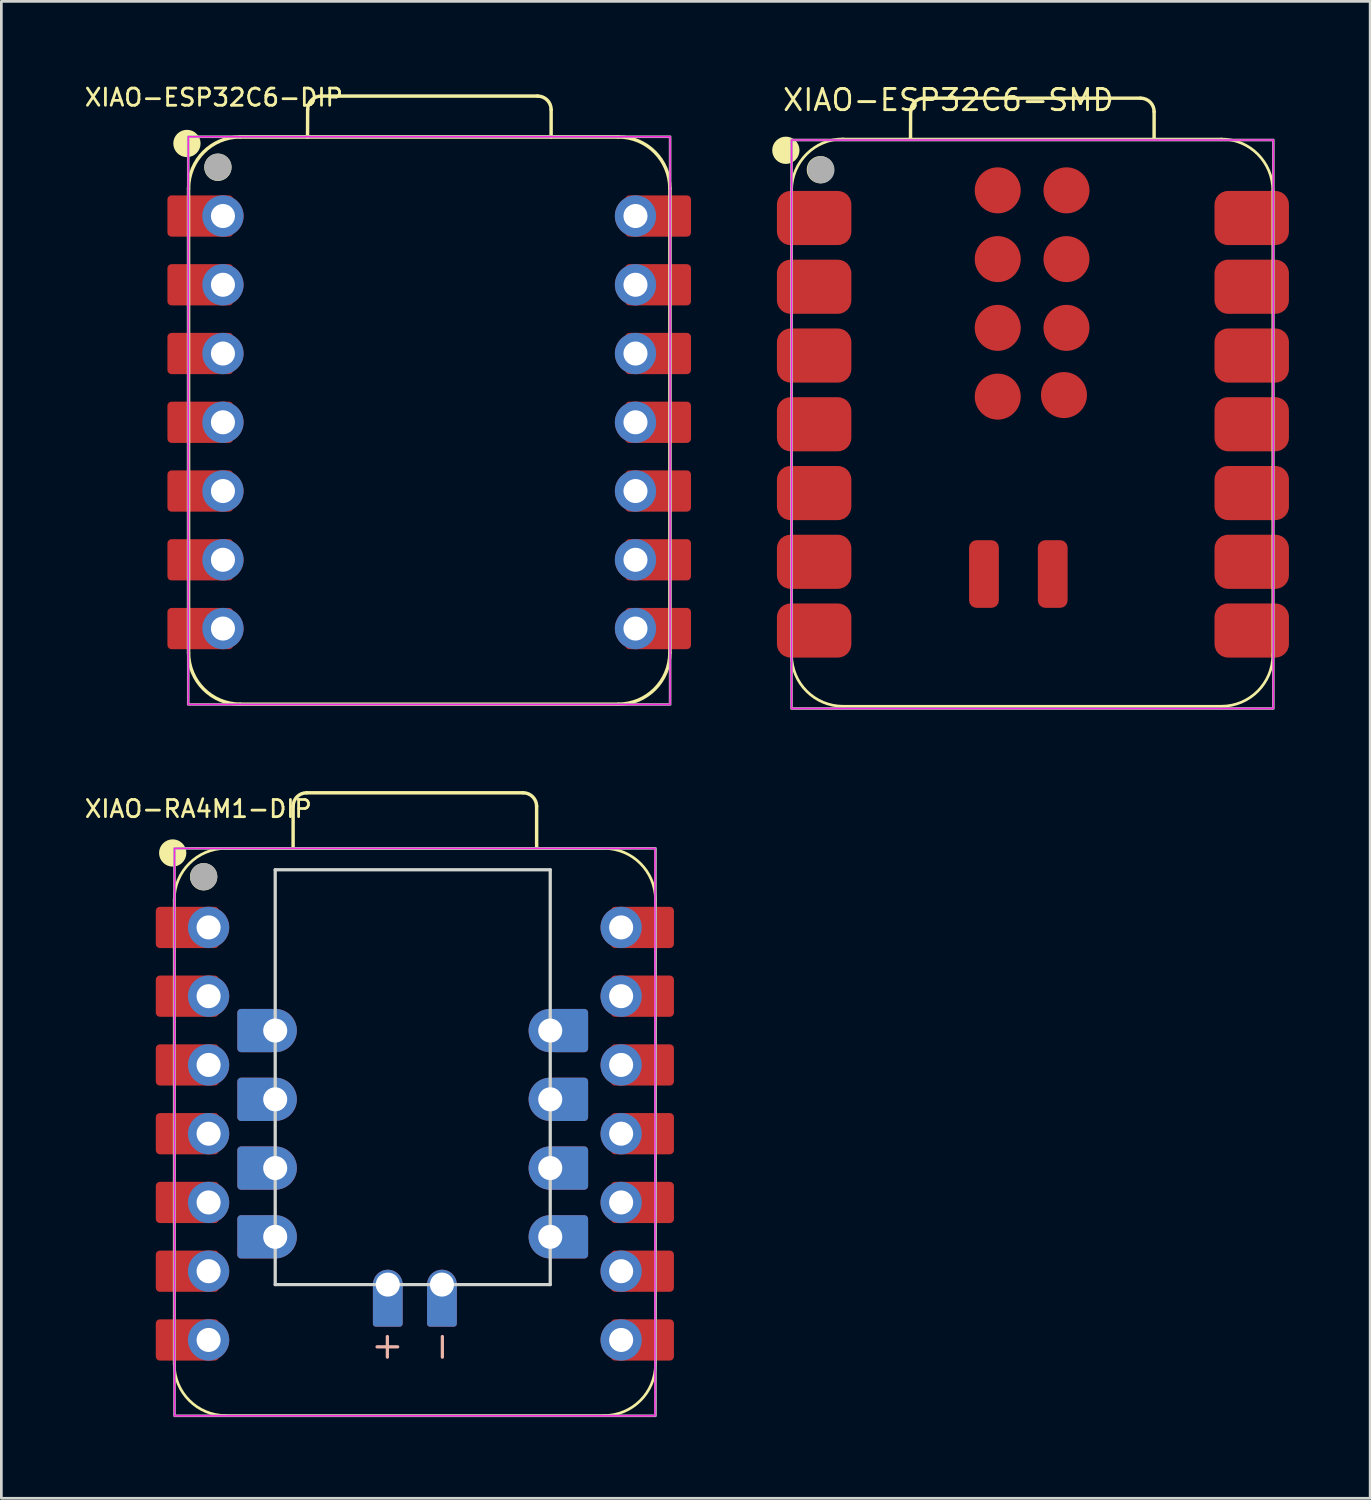
<source format=kicad_pcb>
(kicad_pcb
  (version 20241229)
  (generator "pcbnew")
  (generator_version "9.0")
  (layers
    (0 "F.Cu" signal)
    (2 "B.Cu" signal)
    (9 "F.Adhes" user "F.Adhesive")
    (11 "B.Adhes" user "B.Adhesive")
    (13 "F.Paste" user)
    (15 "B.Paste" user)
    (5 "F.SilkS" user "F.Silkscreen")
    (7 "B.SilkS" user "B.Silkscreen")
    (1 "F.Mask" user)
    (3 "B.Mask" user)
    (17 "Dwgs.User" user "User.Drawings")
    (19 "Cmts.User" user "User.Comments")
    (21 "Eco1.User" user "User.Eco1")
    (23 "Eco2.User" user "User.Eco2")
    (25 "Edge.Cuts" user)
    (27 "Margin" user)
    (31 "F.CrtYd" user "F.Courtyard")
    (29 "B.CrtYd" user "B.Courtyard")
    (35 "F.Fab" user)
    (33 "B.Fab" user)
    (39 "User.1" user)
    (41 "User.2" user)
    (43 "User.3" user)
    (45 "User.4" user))
  (footprint "XIAO-ESP32C6-DIP"
    (layer "F.Cu")
    (at 12.851 12.55)
    (property "Reference" "XIAO-ESP32C6-DIP" (at -8 -12 0) (unlocked yes) (layer "F.SilkS") (effects (font (size 0.635 0.635) (thickness 0.102))))
    (attr smd)
    (fp_line (start -8.935 8.509) (end -8.935 -8.636) (stroke (width 0.127) (type solid)) (layer "F.SilkS"))
    (fp_line (start -7.03 10.414) (end 6.94 10.414) (stroke (width 0.127) (type solid)) (layer "F.SilkS"))
    (fp_line (start -4.54 -10.541) (end -4.536 -11.551) (stroke (width 0.127) (type solid)) (layer "F.SilkS"))
    (fp_line (start -4.036 -12.051) (end 3.959 -12.051) (stroke (width 0.127) (type solid)) (layer "F.SilkS"))
    (fp_line (start 4.459 -11.551) (end 4.459 -10.541) (stroke (width 0.127) (type solid)) (layer "F.SilkS"))
    (fp_line (start 6.94 -10.541) (end -7.03 -10.541) (stroke (width 0.1) (type solid)) (layer "F.SilkS"))
    (fp_line (start 6.94 -10.541) (end -7.03 -10.541) (stroke (width 0.127) (type solid)) (layer "F.SilkS"))
    (fp_line (start 8.845 8.509) (end 8.845 -8.636) (stroke (width 0.127) (type solid)) (layer "F.SilkS"))
    (fp_arc (start -8.935 -8.636) (mid -8.377038 -9.983038) (end -7.03 -10.541) (stroke (width 0.127) (type solid)) (layer "F.SilkS"))
    (fp_arc (start -7.03 10.414) (mid -8.377038 9.856038) (end -8.935 8.509) (stroke (width 0.127) (type solid)) (layer "F.SilkS"))
    (fp_arc (start -4.536272 -11.551272) (mid -4.389728 -11.90464) (end -4.036272 -12.051) (stroke (width 0.127) (type default)) (layer "F.SilkS"))
    (fp_arc (start 3.959 -12.051) (mid 4.312553 -11.904553) (end 4.459 -11.551) (stroke (width 0.127) (type default)) (layer "F.SilkS"))
    (fp_arc (start 6.94 -10.541) (mid 8.287038 -9.983038) (end 8.845 -8.636) (stroke (width 0.127) (type solid)) (layer "F.SilkS"))
    (fp_arc (start 8.845 8.509) (mid 8.287038 9.856038) (end 6.94 10.414) (stroke (width 0.127) (type solid)) (layer "F.SilkS"))
    (fp_circle (center -8.995 -10.3) (end -8.995 -10.554) (stroke (width 0.5) (type solid)) (fill yes) (layer "F.SilkS"))
    (fp_circle (center -7.852 -9.42) (end -7.852 -9.674) (stroke (width 0.5) (type solid)) (fill yes) (layer "F.SilkS"))
    (fp_rect (start -8.945 -10.55) (end 8.855 10.425) (stroke (width 0.05) (type default)) (fill no) (layer "F.CrtYd"))
    (fp_rect (start -8.945 -10.55) (end 8.855 10.425) (stroke (width 0.1) (type default)) (fill no) (layer "F.Fab"))
    (fp_circle (center -7.849 -9.426) (end -7.849 -9.68) (stroke (width 0.5) (type solid)) (fill no) (layer "F.Fab"))
    (pad "1" smd roundrect (at -8.5 -7.62 180) (size 2.432 1.524) (layers "F.Cu" "F.Mask") (roundrect_rratio 0.1))
    (pad "1" thru_hole circle (at -7.665 -7.62 180) (size 1.524 1.524) (drill 0.889) (layers "*.Cu" "*.Mask"))
    (pad "2" smd roundrect (at -8.5 -5.08 180) (size 2.432 1.524) (layers "F.Cu" "F.Mask") (roundrect_rratio 0.1))
    (pad "2" thru_hole circle (at -7.665 -5.08 180) (size 1.524 1.524) (drill 0.889) (layers "*.Cu" "*.Mask"))
    (pad "3" smd roundrect (at -8.5 -2.54 180) (size 2.432 1.524) (layers "F.Cu" "F.Mask") (roundrect_rratio 0.1))
    (pad "3" thru_hole circle (at -7.665 -2.54 180) (size 1.524 1.524) (drill 0.889) (layers "*.Cu" "*.Mask"))
    (pad "4" smd roundrect (at -8.5 0 180) (size 2.432 1.524) (layers "F.Cu" "F.Mask") (roundrect_rratio 0.1))
    (pad "4" thru_hole circle (at -7.665 0 180) (size 1.524 1.524) (drill 0.889) (layers "*.Cu" "*.Mask"))
    (pad "5" smd roundrect (at -8.5 2.54 180) (size 2.432 1.524) (layers "F.Cu" "F.Mask") (roundrect_rratio 0.1))
    (pad "5" thru_hole circle (at -7.665 2.54 180) (size 1.524 1.524) (drill 0.889) (layers "*.Cu" "*.Mask"))
    (pad "6" smd roundrect (at -8.5 5.08 180) (size 2.432 1.524) (layers "F.Cu" "F.Mask") (roundrect_rratio 0.1))
    (pad "6" thru_hole circle (at -7.665 5.08 180) (size 1.524 1.524) (drill 0.889) (layers "*.Cu" "*.Mask"))
    (pad "7" smd roundrect (at -8.5 7.62 180) (size 2.432 1.524) (layers "F.Cu" "F.Mask") (roundrect_rratio 0.1))
    (pad "7" thru_hole circle (at -7.665 7.62 180) (size 1.524 1.524) (drill 0.889) (layers "*.Cu" "*.Mask"))
    (pad "8" thru_hole circle (at 7.575 7.62) (size 1.524 1.524) (drill 0.889) (layers "*.Cu" "*.Mask"))
    (pad "8" smd roundrect (at 8.41 7.62) (size 2.432 1.524) (layers "F.Cu" "F.Mask") (roundrect_rratio 0.1))
    (pad "9" thru_hole circle (at 7.575 5.08) (size 1.524 1.524) (drill 0.889) (layers "*.Cu" "*.Mask"))
    (pad "9" smd roundrect (at 8.41 5.08) (size 2.432 1.524) (layers "F.Cu" "F.Mask") (roundrect_rratio 0.1))
    (pad "10" thru_hole circle (at 7.575 2.54) (size 1.524 1.524) (drill 0.889) (layers "*.Cu" "*.Mask"))
    (pad "10" smd roundrect (at 8.41 2.54) (size 2.432 1.524) (layers "F.Cu" "F.Mask") (roundrect_rratio 0.1))
    (pad "11" thru_hole circle (at 7.575 0) (size 1.524 1.524) (drill 0.889) (layers "*.Cu" "*.Mask"))
    (pad "11" smd roundrect (at 8.41 0) (size 2.432 1.524) (layers "F.Cu" "F.Mask") (roundrect_rratio 0.1))
    (pad "12" thru_hole circle (at 7.575 -2.54) (size 1.524 1.524) (drill 0.889) (layers "*.Cu" "*.Mask"))
    (pad "12" smd roundrect (at 8.41 -2.54) (size 2.432 1.524) (layers "F.Cu" "F.Mask") (roundrect_rratio 0.1))
    (pad "13" thru_hole circle (at 7.575 -5.08) (size 1.524 1.524) (drill 0.889) (layers "*.Cu" "*.Mask"))
    (pad "13" smd roundrect (at 8.41 -5.08) (size 2.432 1.524) (layers "F.Cu" "F.Mask") (roundrect_rratio 0.1))
    (pad "14" thru_hole circle (at 7.575 -7.62) (size 1.524 1.524) (drill 0.889) (layers "*.Cu" "*.Mask"))
    (pad "14" smd roundrect (at 8.41 -7.62) (size 2.432 1.524) (layers "F.Cu" "F.Mask") (roundrect_rratio 0.1)))
  (footprint "XIAO-RA4M1-DIP"
    (layer "F.Cu")
    (at 12.277 38.831)
    (property "Reference" "XIAO-RA4M1-DIP" (at -8 -12 0) (unlocked yes) (layer "F.SilkS") (effects (font (size 0.635 0.635) (thickness 0.102))))
    (attr smd)
    (fp_line (start -8.891 8.509) (end -8.891 -8.636) (stroke (width 0.1) (type solid)) (layer "F.SilkS"))
    (fp_line (start -6.986 10.414) (end 6.984 10.414) (stroke (width 0.1) (type solid)) (layer "F.SilkS"))
    (fp_line (start -4.499 -10.553) (end -4.498 -12.094) (stroke (width 0.127) (type solid)) (layer "F.SilkS"))
    (fp_line (start -3.998 -12.594) (end 3.997 -12.594) (stroke (width 0.127) (type solid)) (layer "F.SilkS"))
    (fp_line (start 4.497 -12.094) (end 4.498 -10.55) (stroke (width 0.127) (type solid)) (layer "F.SilkS"))
    (fp_line (start 6.984 -10.541) (end -6.986 -10.541) (stroke (width 0.1) (type solid)) (layer "F.SilkS"))
    (fp_line (start 6.984 -10.541) (end -6.986 -10.541) (stroke (width 0.1) (type solid)) (layer "F.SilkS"))
    (fp_line (start 8.889 8.509) (end 8.889 -8.636) (stroke (width 0.1) (type solid)) (layer "F.SilkS"))
    (fp_arc (start -8.890994 -8.636) (mid -8.333032 -9.983038) (end -6.985994 -10.541) (stroke (width 0.1) (type solid)) (layer "F.SilkS"))
    (fp_arc (start -6.985994 10.414) (mid -8.333032 9.856038) (end -8.890994 8.509) (stroke (width 0.1) (type solid)) (layer "F.SilkS"))
    (fp_arc (start -4.498278 -12.094284) (mid -4.351707 -12.447654) (end -3.998278 -12.594012) (stroke (width 0.127) (type default)) (layer "F.SilkS"))
    (fp_arc (start 3.996994 -12.594012) (mid 4.350559 -12.44757) (end 4.496994 -12.094012) (stroke (width 0.127) (type default)) (layer "F.SilkS"))
    (fp_arc (start 6.984006 -10.541) (mid 8.331044 -9.983038) (end 8.889006 -8.636) (stroke (width 0.1) (type solid)) (layer "F.SilkS"))
    (fp_arc (start 8.889006 8.509) (mid 8.331044 9.856038) (end 6.984006 10.414) (stroke (width 0.1) (type solid)) (layer "F.SilkS"))
    (fp_circle (center -8.947 -10.37) (end -8.947 -10.624) (stroke (width 0.5) (type solid)) (fill yes) (layer "F.SilkS"))
    (fp_circle (center -7.804 -9.49) (end -7.804 -9.744) (stroke (width 0.5) (type solid)) (fill yes) (layer "F.SilkS"))
    (fp_line (start -1.017 7.493) (end -1.017 8.255) (stroke (width 0.12) (type default)) (layer "B.SilkS"))
    (fp_line (start -0.636 7.874) (end -1.398 7.874) (stroke (width 0.12) (type default)) (layer "B.SilkS"))
    (fp_line (start 1.015 7.493) (end 1.015 8.255) (stroke (width 0.12) (type default)) (layer "B.SilkS"))
    (fp_line (start -5.16 -9.75) (end -5.16 5.575) (stroke (width 0.12) (type default)) (layer "Edge.Cuts"))
    (fp_line (start -5.16 5.575) (end 4.999 5.575) (stroke (width 0.12) (type default)) (layer "Edge.Cuts"))
    (fp_line (start 4.999 -9.75) (end -5.16 -9.75) (stroke (width 0.12) (type default)) (layer "Edge.Cuts"))
    (fp_line (start 5 5.575) (end 5 -9.75) (stroke (width 0.12) (type default)) (layer "Edge.Cuts"))
    (fp_rect (start -8.881 -10.54) (end 8.869 10.42) (stroke (width 0.05) (type default)) (fill no) (layer "F.CrtYd"))
    (fp_rect (start -8.881 -10.54) (end 8.889 10.42) (stroke (width 0.1) (type default)) (fill no) (layer "F.Fab"))
    (fp_circle (center -7.801 -9.496) (end -7.801 -9.75) (stroke (width 0.5) (type solid)) (fill no) (layer "F.Fab"))
    (pad "1" smd roundrect (at -8.406 -7.62 180) (size 2.332 1.524) (layers "F.Cu" "F.Mask") (roundrect_rratio 0.1))
    (pad "1" thru_hole circle (at -7.621 -7.62 180) (size 1.524 1.524) (drill 0.889) (layers "*.Cu" "*.Mask"))
    (pad "2" smd roundrect (at -8.406 -5.08 180) (size 2.332 1.524) (layers "F.Cu" "F.Mask") (roundrect_rratio 0.1))
    (pad "2" thru_hole circle (at -7.621 -5.08 180) (size 1.524 1.524) (drill 0.889) (layers "*.Cu" "*.Mask"))
    (pad "3" smd roundrect (at -8.406 -2.54 180) (size 2.332 1.524) (layers "F.Cu" "F.Mask") (roundrect_rratio 0.1))
    (pad "3" thru_hole circle (at -7.621 -2.54 180) (size 1.524 1.524) (drill 0.889) (layers "*.Cu" "*.Mask"))
    (pad "4" smd roundrect (at -8.406 0 180) (size 2.332 1.524) (layers "F.Cu" "F.Mask") (roundrect_rratio 0.1))
    (pad "4" thru_hole circle (at -7.621 0 180) (size 1.524 1.524) (drill 0.889) (layers "*.Cu" "*.Mask"))
    (pad "5" smd roundrect (at -8.406 2.54 180) (size 2.332 1.524) (layers "F.Cu" "F.Mask") (roundrect_rratio 0.1))
    (pad "5" thru_hole circle (at -7.621 2.54 180) (size 1.524 1.524) (drill 0.889) (layers "*.Cu" "*.Mask"))
    (pad "6" smd roundrect (at -8.406 5.08 180) (size 2.332 1.524) (layers "F.Cu" "F.Mask") (roundrect_rratio 0.1))
    (pad "6" thru_hole circle (at -7.621 5.08 180) (size 1.524 1.524) (drill 0.889) (layers "*.Cu" "*.Mask"))
    (pad "7" smd roundrect (at -8.406 7.62 180) (size 2.332 1.524) (layers "F.Cu" "F.Mask") (roundrect_rratio 0.1))
    (pad "7" thru_hole circle (at -7.621 7.62 180) (size 1.524 1.524) (drill 0.889) (layers "*.Cu" "*.Mask"))
    (pad "8" thru_hole circle (at 7.619 7.62) (size 1.524 1.524) (drill 0.889) (layers "*.Cu" "*.Mask"))
    (pad "8" smd roundrect (at 8.404 7.62) (size 2.332 1.524) (layers "F.Cu" "F.Mask") (roundrect_rratio 0.1))
    (pad "9" thru_hole circle (at 7.619 5.08) (size 1.524 1.524) (drill 0.889) (layers "*.Cu" "*.Mask"))
    (pad "9" smd roundrect (at 8.404 5.08) (size 2.332 1.524) (layers "F.Cu" "F.Mask") (roundrect_rratio 0.1))
    (pad "10" thru_hole circle (at 7.619 2.54) (size 1.524 1.524) (drill 0.889) (layers "*.Cu" "*.Mask"))
    (pad "10" smd roundrect (at 8.404 2.54) (size 2.332 1.524) (layers "F.Cu" "F.Mask") (roundrect_rratio 0.1))
    (pad "11" thru_hole circle (at 7.619 0) (size 1.524 1.524) (drill 0.889) (layers "*.Cu" "*.Mask"))
    (pad "11" smd roundrect (at 8.404 0) (size 2.332 1.524) (layers "F.Cu" "F.Mask") (roundrect_rratio 0.1))
    (pad "12" thru_hole circle (at 7.619 -2.54) (size 1.524 1.524) (drill 0.889) (layers "*.Cu" "*.Mask"))
    (pad "12" smd roundrect (at 8.404 -2.54) (size 2.332 1.524) (layers "F.Cu" "F.Mask") (roundrect_rratio 0.1))
    (pad "13" thru_hole circle (at 7.619 -5.08) (size 1.524 1.524) (drill 0.889) (layers "*.Cu" "*.Mask"))
    (pad "13" smd roundrect (at 8.404 -5.08) (size 2.332 1.524) (layers "F.Cu" "F.Mask") (roundrect_rratio 0.1))
    (pad "14" thru_hole circle (at 7.619 -7.62) (size 1.524 1.524) (drill 0.889) (layers "*.Cu" "*.Mask"))
    (pad "14" smd roundrect (at 8.404 -7.62) (size 2.332 1.524) (layers "F.Cu" "F.Mask") (roundrect_rratio 0.1))
    (pad "15" thru_hole circle (at 5 -3.81 180) (size 1.6 1.6) (drill 0.889) (layers "*.Cu" "*.Mask"))
    (pad "15" smd roundrect (at 5.699 -3.81) (size 1.4 1.6) (layers "F.Cu" "F.Mask") (roundrect_rratio 0.1))
    (pad "15" smd roundrect (at 5.699 -3.81 180) (size 1.4 1.6) (layers "B.Cu" "B.Mask" "B.Paste") (roundrect_rratio 0.1))
    (pad "16" thru_hole circle (at 5 -1.27 180) (size 1.6 1.6) (drill 0.889) (layers "*.Cu" "*.Mask"))
    (pad "16" smd roundrect (at 5.699 -1.27) (size 1.4 1.6) (layers "F.Cu" "F.Mask") (roundrect_rratio 0.1))
    (pad "16" smd roundrect (at 5.699 -1.27 180) (size 1.4 1.6) (layers "B.Cu" "B.Mask" "B.Paste") (roundrect_rratio 0.1))
    (pad "17" thru_hole circle (at 5 1.27 180) (size 1.6 1.6) (drill 0.889) (layers "*.Cu" "*.Mask"))
    (pad "17" smd roundrect (at 5.699 1.27) (size 1.4 1.6) (layers "F.Cu" "F.Mask") (roundrect_rratio 0.1))
    (pad "17" smd roundrect (at 5.699 1.27 180) (size 1.4 1.6) (layers "B.Cu" "B.Mask" "B.Paste") (roundrect_rratio 0.1))
    (pad "18" thru_hole circle (at 5 3.81 180) (size 1.6 1.6) (drill 0.889) (layers "*.Cu" "*.Mask"))
    (pad "18" smd roundrect (at 5.699 3.81) (size 1.4 1.6) (layers "F.Cu" "F.Mask") (roundrect_rratio 0.1))
    (pad "18" smd roundrect (at 5.699 3.81 180) (size 1.4 1.6) (layers "B.Cu" "B.Mask" "B.Paste") (roundrect_rratio 0.1))
    (pad "19" smd roundrect (at -5.86 3.81) (size 1.4 1.6) (layers "F.Cu" "F.Mask") (roundrect_rratio 0.1))
    (pad "19" smd roundrect (at -5.86 3.81 180) (size 1.4 1.6) (layers "B.Cu" "B.Mask" "B.Paste") (roundrect_rratio 0.1))
    (pad "19" thru_hole circle (at -5.16 3.81 180) (size 1.6 1.6) (drill 0.889) (layers "*.Cu" "*.Mask"))
    (pad "20" smd roundrect (at -5.86 1.27) (size 1.4 1.6) (layers "F.Cu" "F.Mask") (roundrect_rratio 0.1))
    (pad "20" smd roundrect (at -5.86 1.27 180) (size 1.4 1.6) (layers "B.Cu" "B.Mask" "B.Paste") (roundrect_rratio 0.1))
    (pad "20" thru_hole circle (at -5.16 1.27 180) (size 1.6 1.6) (drill 0.889) (layers "*.Cu" "*.Mask"))
    (pad "21" smd roundrect (at -5.86 -1.27) (size 1.4 1.6) (layers "F.Cu" "F.Mask") (roundrect_rratio 0.1))
    (pad "21" smd roundrect (at -5.86 -1.27 180) (size 1.4 1.6) (layers "B.Cu" "B.Mask" "B.Paste") (roundrect_rratio 0.1))
    (pad "21" thru_hole circle (at -5.16 -1.27 180) (size 1.6 1.6) (drill 0.889) (layers "*.Cu" "*.Mask"))
    (pad "22" smd roundrect (at -5.86 -3.81) (size 1.4 1.6) (layers "F.Cu" "F.Mask") (roundrect_rratio 0.1))
    (pad "22" smd roundrect (at -5.86 -3.81 180) (size 1.4 1.6) (layers "B.Cu" "B.Mask" "B.Paste") (roundrect_rratio 0.1))
    (pad "22" thru_hole circle (at -5.16 -3.81 180) (size 1.6 1.6) (drill 0.889) (layers "*.Cu" "*.Mask"))
    (pad "23" thru_hole circle (at -1.001 5.575 180) (size 1.1 1.1) (drill 0.889) (layers "*.Cu" "*.Mask"))
    (pad "23" smd roundrect (at -1.001 6.33 270) (size 1.6 1.1) (layers "F.Cu" "F.Mask") (roundrect_rratio 0.1))
    (pad "23" smd roundrect (at -1.001 6.33 270) (size 1.6 1.1) (layers "B.Cu" "B.Mask" "B.Paste") (roundrect_rratio 0.1))
    (pad "24" thru_hole circle (at 0.999 5.575 180) (size 1.1 1.1) (drill 0.889) (layers "*.Cu" "*.Mask"))
    (pad "24" smd roundrect (at 0.999 6.33 270) (size 1.6 1.1) (layers "F.Cu" "F.Mask") (roundrect_rratio 0.1))
    (pad "24" smd roundrect (at 0.999 6.33 270) (size 1.6 1.1) (layers "B.Cu" "B.Mask" "B.Paste") (roundrect_rratio 0.1)))
  (footprint "XIAO-ESP32C6-SMD"
    (layer "F.Cu")
    (at 35.308 12.602)
    (property "Reference" "XIAO-ESP32C6-SMD" (at -9.5 -11.5 0) (layer "F.SilkS") (effects (font (size 0.782 0.782) (thickness 0.107)) (justify left bottom)))
    (fp_line (start -9.117 8.534) (end -9.117 -8.611) (stroke (width 0.1) (type solid)) (layer "F.SilkS"))
    (fp_line (start -7.212 10.44) (end 6.758 10.44) (stroke (width 0.1) (type solid)) (layer "F.SilkS"))
    (fp_line (start -4.722 -10.515) (end -4.718 -11.526) (stroke (width 0.127) (type solid)) (layer "F.SilkS"))
    (fp_line (start -4.218 -12.025) (end 3.777 -12.025) (stroke (width 0.127) (type solid)) (layer "F.SilkS"))
    (fp_line (start 4.277 -11.525) (end 4.277 -10.515) (stroke (width 0.127) (type solid)) (layer "F.SilkS"))
    (fp_line (start 6.758 -10.515) (end -7.212 -10.515) (stroke (width 0.1) (type solid)) (layer "F.SilkS"))
    (fp_line (start 8.663 8.534) (end 8.663 -8.611) (stroke (width 0.1) (type solid)) (layer "F.SilkS"))
    (fp_arc (start -9.1166 -8.6145) (mid -8.558638 -9.961538) (end -7.2116 -10.5195) (stroke (width 0.1) (type solid)) (layer "F.SilkS"))
    (fp_arc (start -7.2116 10.4395) (mid -8.558638 9.881538) (end -9.1166 8.5345) (stroke (width 0.1) (type solid)) (layer "F.SilkS"))
    (fp_arc (start -4.717872 -11.525772) (mid -4.571324 -11.879144) (end -4.217872 -12.0255) (stroke (width 0.127) (type default)) (layer "F.SilkS"))
    (fp_arc (start 3.7774 -12.0255) (mid 4.130953 -11.879053) (end 4.2774 -11.5255) (stroke (width 0.127) (type default)) (layer "F.SilkS"))
    (fp_arc (start 6.7584 -10.5155) (mid 8.105438 -9.957538) (end 8.6634 -8.6105) (stroke (width 0.1) (type solid)) (layer "F.SilkS"))
    (fp_arc (start 8.6634 8.5345) (mid 8.105438 9.881538) (end 6.7584 10.4395) (stroke (width 0.1) (type solid)) (layer "F.SilkS"))
    (fp_circle (center -9.327 -10.1) (end -9.327 -10.354) (stroke (width 0.5) (type solid)) (fill yes) (layer "F.SilkS"))
    (fp_circle (center -8.053 -9.383) (end -8.053 -9.636) (stroke (width 0.5) (type solid)) (fill yes) (layer "F.SilkS"))
    (fp_rect (start 8.683 10.521) (end -9.117 -10.479) (stroke (width 0.05) (type default)) (fill no) (layer "F.CrtYd"))
    (fp_rect (start -9.117 -10.479) (end 8.683 10.521) (stroke (width 0.1) (type default)) (fill no) (layer "F.Fab"))
    (fp_circle (center -8.033 -9.379) (end -8.033 -9.633) (stroke (width 0.5) (type solid)) (fill no) (layer "F.Fab"))
    (pad "1" smd roundrect (at -8.282 -7.598) (size 2.75 2) (layers "F.Cu" "F.Mask" "F.Paste") (roundrect_rratio 0.25))
    (pad "2" smd roundrect (at -8.282 -5.059) (size 2.75 2) (layers "F.Cu" "F.Mask" "F.Paste") (roundrect_rratio 0.25))
    (pad "3" smd roundrect (at -8.282 -2.518) (size 2.75 2) (layers "F.Cu" "F.Mask" "F.Paste") (roundrect_rratio 0.25))
    (pad "4" smd roundrect (at -8.282 0.021) (size 2.75 2) (layers "F.Cu" "F.Mask" "F.Paste") (roundrect_rratio 0.25))
    (pad "5" smd roundrect (at -8.282 2.562) (size 2.75 2) (layers "F.Cu" "F.Mask" "F.Paste") (roundrect_rratio 0.25))
    (pad "6" smd roundrect (at -8.282 5.101) (size 2.75 2) (layers "F.Cu" "F.Mask" "F.Paste") (roundrect_rratio 0.25))
    (pad "7" smd roundrect (at -8.282 7.641) (size 2.75 2) (layers "F.Cu" "F.Mask" "F.Paste") (roundrect_rratio 0.25))
    (pad "8" smd roundrect (at 7.883 7.641) (size 2.75 2) (layers "F.Cu" "F.Mask" "F.Paste") (roundrect_rratio 0.25))
    (pad "9" smd roundrect (at 7.883 5.101) (size 2.75 2) (layers "F.Cu" "F.Mask" "F.Paste") (roundrect_rratio 0.25))
    (pad "10" smd roundrect (at 7.883 2.562) (size 2.75 2) (layers "F.Cu" "F.Mask" "F.Paste") (roundrect_rratio 0.25))
    (pad "11" smd roundrect (at 7.883 0.021) (size 2.75 2) (layers "F.Cu" "F.Mask" "F.Paste") (roundrect_rratio 0.25))
    (pad "12" smd roundrect (at 7.883 -2.518) (size 2.75 2) (layers "F.Cu" "F.Mask" "F.Paste") (roundrect_rratio 0.25))
    (pad "13" smd roundrect (at 7.883 -5.059) (size 2.75 2) (layers "F.Cu" "F.Mask" "F.Paste") (roundrect_rratio 0.25))
    (pad "14" smd roundrect (at 7.883 -7.598) (size 2.75 2) (layers "F.Cu" "F.Mask" "F.Paste") (roundrect_rratio 0.25))
    (pad "15" smd roundrect (at -2.008 5.553 270) (size 2.5 1.1) (layers "F.Cu" "F.Mask" "F.Paste") (roundrect_rratio 0.25))
    (pad "16" smd roundrect (at 0.532 5.553 270) (size 2.5 1.1) (layers "F.Cu" "F.Mask" "F.Paste") (roundrect_rratio 0.25))
    (pad "17" smd circle (at -1.5 -8.62) (size 1.7 1.7) (layers "F.Cu" "F.Mask" "F.Paste"))
    (pad "18" smd circle (at 1.04 -8.62) (size 1.7 1.7) (layers "F.Cu" "F.Mask" "F.Paste"))
    (pad "19" smd circle (at -1.5 -6.08) (size 1.7 1.7) (layers "F.Cu" "F.Mask" "F.Paste"))
    (pad "20" smd circle (at 1.04 -6.08) (size 1.7 1.7) (layers "F.Cu" "F.Mask" "F.Paste"))
    (pad "21" smd circle (at -1.5 -3.54) (size 1.7 1.7) (layers "F.Cu" "F.Mask" "F.Paste"))
    (pad "22" smd circle (at 1.04 -3.54) (size 1.7 1.7) (layers "F.Cu" "F.Mask" "F.Paste"))
    (pad "23" smd circle (at -1.5 -1) (size 1.7 1.7) (layers "F.Cu" "F.Mask" "F.Paste"))
    (pad "24" smd circle (at 0.947 -1.057) (size 1.7 1.7) (layers "F.Cu" "F.Mask" "F.Paste")))
  (gr_rect
    (start -3 -3)
    (end 47.566 52.301)
    (stroke (width 0.1) (type default))
    (fill no)
    (layer "Edge.Cuts")))
</source>
